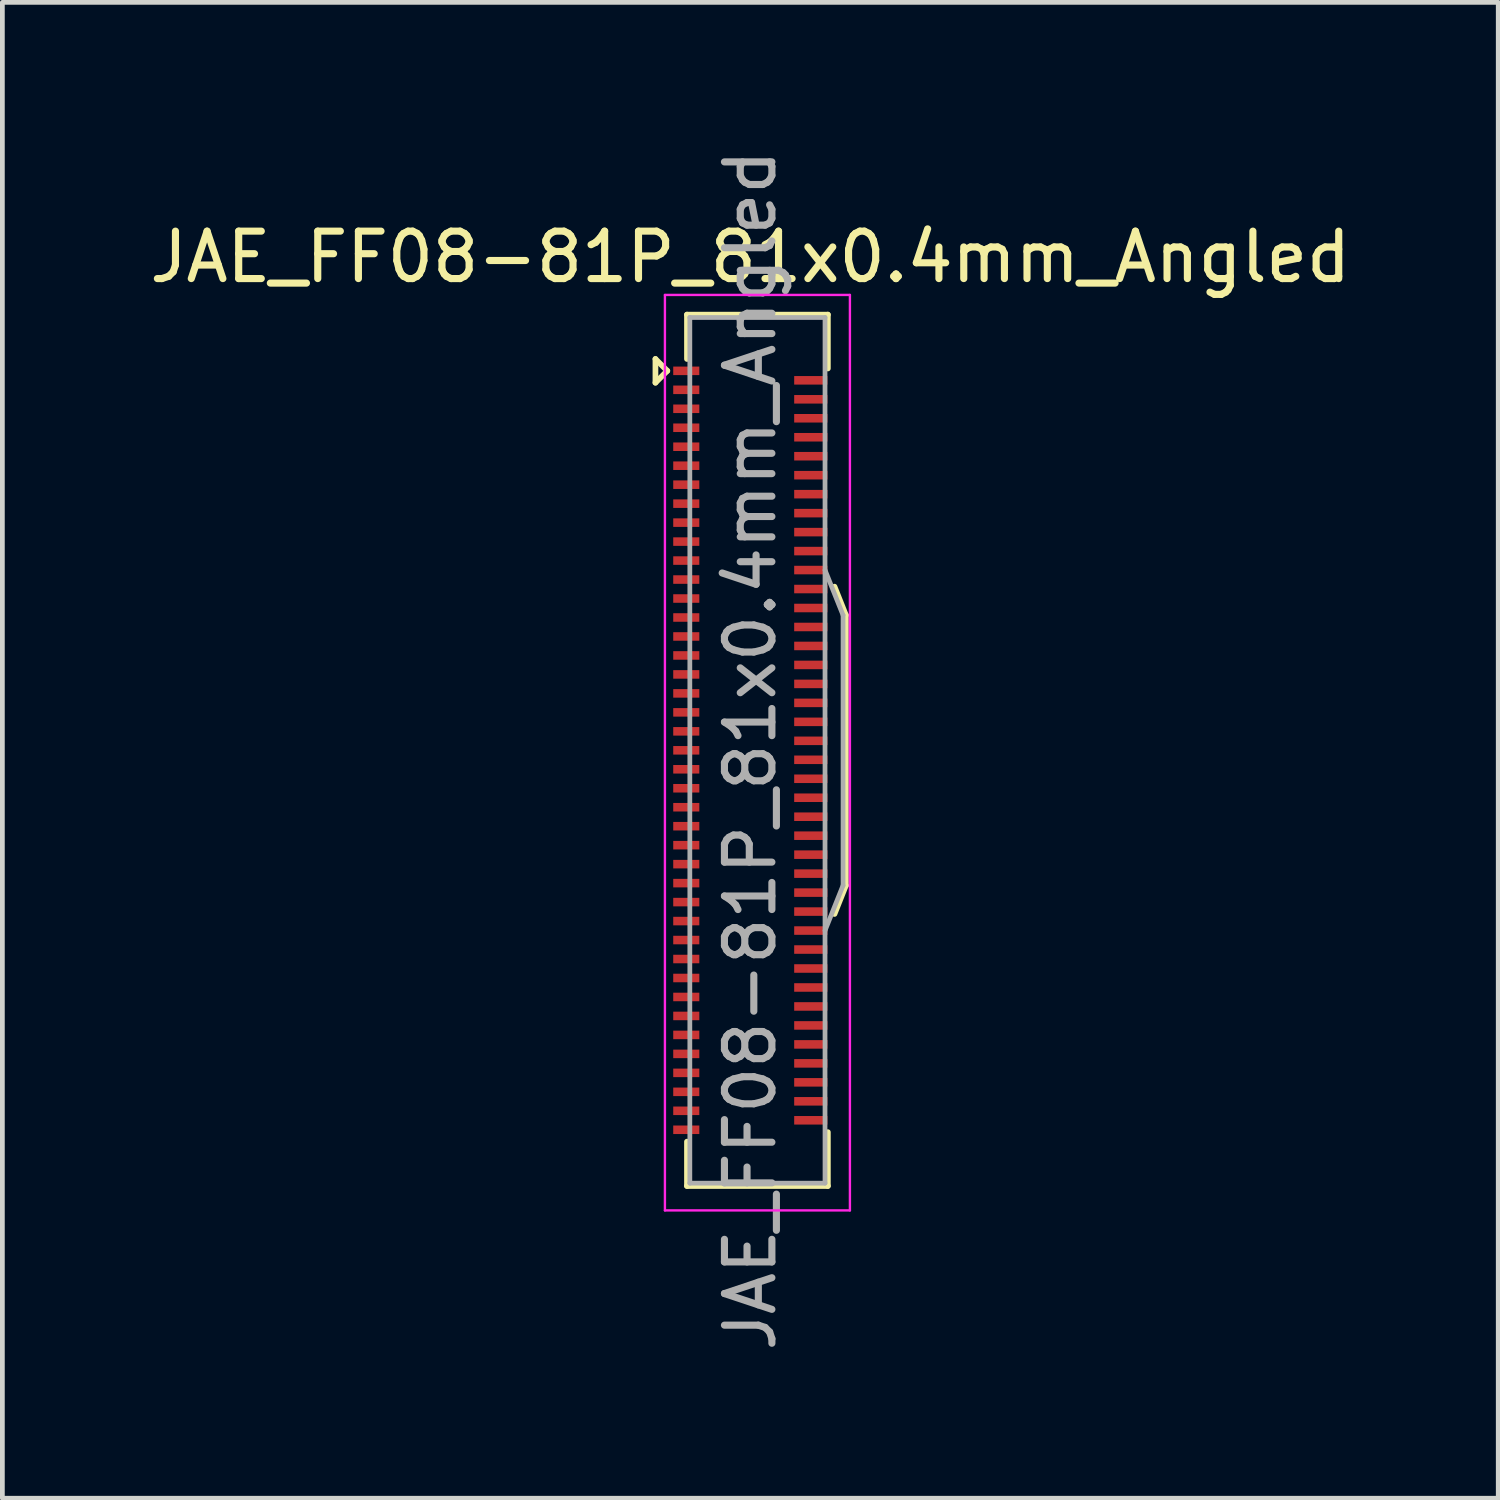
<source format=kicad_pcb>
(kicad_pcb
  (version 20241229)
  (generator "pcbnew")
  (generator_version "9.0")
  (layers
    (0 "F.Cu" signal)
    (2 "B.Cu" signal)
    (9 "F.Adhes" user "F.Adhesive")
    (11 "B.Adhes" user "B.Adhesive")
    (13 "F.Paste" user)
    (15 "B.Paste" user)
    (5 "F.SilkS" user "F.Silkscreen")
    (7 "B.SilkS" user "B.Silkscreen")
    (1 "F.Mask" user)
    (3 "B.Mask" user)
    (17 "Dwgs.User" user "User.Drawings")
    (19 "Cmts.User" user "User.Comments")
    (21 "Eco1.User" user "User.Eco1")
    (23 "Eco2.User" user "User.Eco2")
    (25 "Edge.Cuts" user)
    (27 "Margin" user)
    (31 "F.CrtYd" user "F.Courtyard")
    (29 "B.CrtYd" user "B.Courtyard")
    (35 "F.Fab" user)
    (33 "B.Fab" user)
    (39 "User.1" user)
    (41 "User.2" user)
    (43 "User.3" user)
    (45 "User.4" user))
  (footprint "JAE_FF08-81P_81x0.4mm_Angled"
    (layer "F.Cu")
    (at 12.768 12.768)
    (property "Reference" "JAE_FF08-81P_81x0.4mm_Angled" (at 0 -10.4 0) (layer "F.SilkS") (effects (font (size 1 1) (thickness 0.15))))
    (attr smd)
    (fp_line (start -2 -8.25) (end -1.75 -8) (stroke (width 0.12) (type solid)) (layer "F.SilkS"))
    (fp_line (start -2 -7.75) (end -2 -8.25) (stroke (width 0.12) (type solid)) (layer "F.SilkS"))
    (fp_line (start -1.75 -8) (end -2 -7.75) (stroke (width 0.12) (type solid)) (layer "F.SilkS"))
    (fp_line (start -1.335 -9.185) (end -1.335 -8.25) (stroke (width 0.12) (type solid)) (layer "F.SilkS"))
    (fp_line (start -1.335 -9.185) (end 1.635 -9.185) (stroke (width 0.12) (type solid)) (layer "F.SilkS"))
    (fp_line (start -1.335 9.185) (end -1.335 8.25) (stroke (width 0.12) (type solid)) (layer "F.SilkS"))
    (fp_line (start 1.635 -9.185) (end 1.635 -8.05) (stroke (width 0.12) (type solid)) (layer "F.SilkS"))
    (fp_line (start 1.635 8.05) (end 1.635 9.185) (stroke (width 0.12) (type solid)) (layer "F.SilkS"))
    (fp_line (start 1.635 9.185) (end -1.335 9.185) (stroke (width 0.12) (type solid)) (layer "F.SilkS"))
    (fp_line (start 1.775 -3.45) (end 2.015 -2.85) (stroke (width 0.12) (type solid)) (layer "F.SilkS"))
    (fp_line (start 1.775 3.45) (end 2.015 2.85) (stroke (width 0.12) (type solid)) (layer "F.SilkS"))
    (fp_line (start 2.015 -2.85) (end 2.015 2.85) (stroke (width 0.12) (type solid)) (layer "F.SilkS"))
    (fp_line (start -1.8 -9.6) (end 2.1 -9.6) (stroke (width 0.05) (type solid)) (layer "F.CrtYd"))
    (fp_line (start -1.8 9.7) (end -1.8 -9.6) (stroke (width 0.05) (type solid)) (layer "F.CrtYd"))
    (fp_line (start 2.1 -9.6) (end 2.1 9.7) (stroke (width 0.05) (type solid)) (layer "F.CrtYd"))
    (fp_line (start 2.1 9.7) (end -1.8 9.7) (stroke (width 0.05) (type solid)) (layer "F.CrtYd"))
    (fp_line (start -1.275 -9.125) (end 1.575 -9.125) (stroke (width 0.1) (type solid)) (layer "F.Fab"))
    (fp_line (start -1.275 9.125) (end -1.275 -9.125) (stroke (width 0.1) (type solid)) (layer "F.Fab"))
    (fp_line (start -1.275 9.125) (end 1.575 9.125) (stroke (width 0.1) (type solid)) (layer "F.Fab"))
    (fp_line (start 1.575 9.125) (end 1.575 -9.125) (stroke (width 0.1) (type solid)) (layer "F.Fab"))
    (fp_line (start 1.955 -2.85) (end 1.575 -3.8) (stroke (width 0.1) (type solid)) (layer "F.Fab"))
    (fp_line (start 1.955 2.85) (end 1.575 3.8) (stroke (width 0.1) (type solid)) (layer "F.Fab"))
    (fp_line (start 1.955 2.85) (end 1.955 -2.85) (stroke (width 0.1) (type solid)) (layer "F.Fab"))
    (fp_text user "${REFERENCE}" (at 0 0 90) (layer "F.Fab") (effects (font (size 1 1) (thickness 0.15))))
    (pad "1" smd rect (at -1.35 -8 90) (size 0.18 0.55) (layers "F.Cu" "F.Mask" "F.Paste"))
    (pad "2" smd rect (at 1.275 -7.8 90) (size 0.18 0.7) (layers "F.Cu" "F.Mask" "F.Paste"))
    (pad "3" smd rect (at -1.35 -7.6 90) (size 0.18 0.55) (layers "F.Cu" "F.Mask" "F.Paste"))
    (pad "4" smd rect (at 1.275 -7.4 90) (size 0.18 0.7) (layers "F.Cu" "F.Mask" "F.Paste"))
    (pad "5" smd rect (at -1.35 -7.2 90) (size 0.18 0.55) (layers "F.Cu" "F.Mask" "F.Paste"))
    (pad "6" smd rect (at 1.275 -7 90) (size 0.18 0.7) (layers "F.Cu" "F.Mask" "F.Paste"))
    (pad "7" smd rect (at -1.35 -6.8 90) (size 0.18 0.55) (layers "F.Cu" "F.Mask" "F.Paste"))
    (pad "8" smd rect (at 1.275 -6.6 90) (size 0.18 0.7) (layers "F.Cu" "F.Mask" "F.Paste"))
    (pad "9" smd rect (at -1.35 -6.4 90) (size 0.18 0.55) (layers "F.Cu" "F.Mask" "F.Paste"))
    (pad "10" smd rect (at 1.275 -6.2 90) (size 0.18 0.7) (layers "F.Cu" "F.Mask" "F.Paste"))
    (pad "11" smd rect (at -1.35 -6 90) (size 0.18 0.55) (layers "F.Cu" "F.Mask" "F.Paste"))
    (pad "12" smd rect (at 1.275 -5.8 90) (size 0.18 0.7) (layers "F.Cu" "F.Mask" "F.Paste"))
    (pad "13" smd rect (at -1.35 -5.6 90) (size 0.18 0.55) (layers "F.Cu" "F.Mask" "F.Paste"))
    (pad "14" smd rect (at 1.275 -5.4 90) (size 0.18 0.7) (layers "F.Cu" "F.Mask" "F.Paste"))
    (pad "15" smd rect (at -1.35 -5.2 90) (size 0.18 0.55) (layers "F.Cu" "F.Mask" "F.Paste"))
    (pad "16" smd rect (at 1.275 -5 90) (size 0.18 0.7) (layers "F.Cu" "F.Mask" "F.Paste"))
    (pad "17" smd rect (at -1.35 -4.8 90) (size 0.18 0.55) (layers "F.Cu" "F.Mask" "F.Paste"))
    (pad "18" smd rect (at 1.275 -4.6 90) (size 0.18 0.7) (layers "F.Cu" "F.Mask" "F.Paste"))
    (pad "19" smd rect (at -1.35 -4.4 90) (size 0.18 0.55) (layers "F.Cu" "F.Mask" "F.Paste"))
    (pad "20" smd rect (at 1.275 -4.2 90) (size 0.18 0.7) (layers "F.Cu" "F.Mask" "F.Paste"))
    (pad "21" smd rect (at -1.35 -4 90) (size 0.18 0.55) (layers "F.Cu" "F.Mask" "F.Paste"))
    (pad "22" smd rect (at 1.275 -3.8 90) (size 0.18 0.7) (layers "F.Cu" "F.Mask" "F.Paste"))
    (pad "23" smd rect (at -1.35 -3.6 90) (size 0.18 0.55) (layers "F.Cu" "F.Mask" "F.Paste"))
    (pad "24" smd rect (at 1.275 -3.4 90) (size 0.18 0.7) (layers "F.Cu" "F.Mask" "F.Paste"))
    (pad "25" smd rect (at -1.35 -3.2 90) (size 0.18 0.55) (layers "F.Cu" "F.Mask" "F.Paste"))
    (pad "26" smd rect (at 1.275 -3 90) (size 0.18 0.7) (layers "F.Cu" "F.Mask" "F.Paste"))
    (pad "27" smd rect (at -1.35 -2.8 90) (size 0.18 0.55) (layers "F.Cu" "F.Mask" "F.Paste"))
    (pad "28" smd rect (at 1.275 -2.6 90) (size 0.18 0.7) (layers "F.Cu" "F.Mask" "F.Paste"))
    (pad "29" smd rect (at -1.35 -2.4 90) (size 0.18 0.55) (layers "F.Cu" "F.Mask" "F.Paste"))
    (pad "30" smd rect (at 1.275 -2.2 90) (size 0.18 0.7) (layers "F.Cu" "F.Mask" "F.Paste"))
    (pad "31" smd rect (at -1.35 -2 90) (size 0.18 0.55) (layers "F.Cu" "F.Mask" "F.Paste"))
    (pad "32" smd rect (at 1.275 -1.8 90) (size 0.18 0.7) (layers "F.Cu" "F.Mask" "F.Paste"))
    (pad "33" smd rect (at -1.35 -1.6 90) (size 0.18 0.55) (layers "F.Cu" "F.Mask" "F.Paste"))
    (pad "34" smd rect (at 1.275 -1.4 90) (size 0.18 0.7) (layers "F.Cu" "F.Mask" "F.Paste"))
    (pad "35" smd rect (at -1.35 -1.2 90) (size 0.18 0.55) (layers "F.Cu" "F.Mask" "F.Paste"))
    (pad "36" smd rect (at 1.275 -1 90) (size 0.18 0.7) (layers "F.Cu" "F.Mask" "F.Paste"))
    (pad "37" smd rect (at -1.35 -0.8 90) (size 0.18 0.55) (layers "F.Cu" "F.Mask" "F.Paste"))
    (pad "38" smd rect (at 1.275 -0.6 90) (size 0.18 0.7) (layers "F.Cu" "F.Mask" "F.Paste"))
    (pad "39" smd rect (at -1.35 -0.4 90) (size 0.18 0.55) (layers "F.Cu" "F.Mask" "F.Paste"))
    (pad "40" smd rect (at 1.275 -0.2 90) (size 0.18 0.7) (layers "F.Cu" "F.Mask" "F.Paste"))
    (pad "41" smd rect (at -1.35 0 90) (size 0.18 0.55) (layers "F.Cu" "F.Mask" "F.Paste"))
    (pad "42" smd rect (at 1.275 0.2 90) (size 0.18 0.7) (layers "F.Cu" "F.Mask" "F.Paste"))
    (pad "43" smd rect (at -1.35 0.4 90) (size 0.18 0.55) (layers "F.Cu" "F.Mask" "F.Paste"))
    (pad "44" smd rect (at 1.275 0.6 90) (size 0.18 0.7) (layers "F.Cu" "F.Mask" "F.Paste"))
    (pad "45" smd rect (at -1.35 0.8 90) (size 0.18 0.55) (layers "F.Cu" "F.Mask" "F.Paste"))
    (pad "46" smd rect (at 1.275 1 90) (size 0.18 0.7) (layers "F.Cu" "F.Mask" "F.Paste"))
    (pad "47" smd rect (at -1.35 1.2 90) (size 0.18 0.55) (layers "F.Cu" "F.Mask" "F.Paste"))
    (pad "48" smd rect (at 1.275 1.4 90) (size 0.18 0.7) (layers "F.Cu" "F.Mask" "F.Paste"))
    (pad "49" smd rect (at -1.35 1.6 90) (size 0.18 0.55) (layers "F.Cu" "F.Mask" "F.Paste"))
    (pad "50" smd rect (at 1.275 1.8 90) (size 0.18 0.7) (layers "F.Cu" "F.Mask" "F.Paste"))
    (pad "51" smd rect (at -1.35 2 90) (size 0.18 0.55) (layers "F.Cu" "F.Mask" "F.Paste"))
    (pad "52" smd rect (at 1.275 2.2 90) (size 0.18 0.7) (layers "F.Cu" "F.Mask" "F.Paste"))
    (pad "53" smd rect (at -1.35 2.4 90) (size 0.18 0.55) (layers "F.Cu" "F.Mask" "F.Paste"))
    (pad "54" smd rect (at 1.275 2.6 90) (size 0.18 0.7) (layers "F.Cu" "F.Mask" "F.Paste"))
    (pad "55" smd rect (at -1.35 2.8 90) (size 0.18 0.55) (layers "F.Cu" "F.Mask" "F.Paste"))
    (pad "56" smd rect (at 1.275 3 90) (size 0.18 0.7) (layers "F.Cu" "F.Mask" "F.Paste"))
    (pad "57" smd rect (at -1.35 3.2 90) (size 0.18 0.55) (layers "F.Cu" "F.Mask" "F.Paste"))
    (pad "58" smd rect (at 1.275 3.4 90) (size 0.18 0.7) (layers "F.Cu" "F.Mask" "F.Paste"))
    (pad "59" smd rect (at -1.35 3.6 90) (size 0.18 0.55) (layers "F.Cu" "F.Mask" "F.Paste"))
    (pad "60" smd rect (at 1.275 3.8 90) (size 0.18 0.7) (layers "F.Cu" "F.Mask" "F.Paste"))
    (pad "61" smd rect (at -1.35 4 90) (size 0.18 0.55) (layers "F.Cu" "F.Mask" "F.Paste"))
    (pad "62" smd rect (at 1.275 4.2 90) (size 0.18 0.7) (layers "F.Cu" "F.Mask" "F.Paste"))
    (pad "63" smd rect (at -1.35 4.4 90) (size 0.18 0.55) (layers "F.Cu" "F.Mask" "F.Paste"))
    (pad "64" smd rect (at 1.275 4.6 90) (size 0.18 0.7) (layers "F.Cu" "F.Mask" "F.Paste"))
    (pad "65" smd rect (at -1.35 4.8 90) (size 0.18 0.55) (layers "F.Cu" "F.Mask" "F.Paste"))
    (pad "66" smd rect (at 1.275 5 90) (size 0.18 0.7) (layers "F.Cu" "F.Mask" "F.Paste"))
    (pad "67" smd rect (at -1.35 5.2 90) (size 0.18 0.55) (layers "F.Cu" "F.Mask" "F.Paste"))
    (pad "68" smd rect (at 1.275 5.4 90) (size 0.18 0.7) (layers "F.Cu" "F.Mask" "F.Paste"))
    (pad "69" smd rect (at -1.35 5.6 90) (size 0.18 0.55) (layers "F.Cu" "F.Mask" "F.Paste"))
    (pad "70" smd rect (at 1.275 5.8 90) (size 0.18 0.7) (layers "F.Cu" "F.Mask" "F.Paste"))
    (pad "71" smd rect (at -1.35 6 90) (size 0.18 0.55) (layers "F.Cu" "F.Mask" "F.Paste"))
    (pad "72" smd rect (at 1.275 6.2 90) (size 0.18 0.7) (layers "F.Cu" "F.Mask" "F.Paste"))
    (pad "73" smd rect (at -1.35 6.4 90) (size 0.18 0.55) (layers "F.Cu" "F.Mask" "F.Paste"))
    (pad "74" smd rect (at 1.275 6.6 90) (size 0.18 0.7) (layers "F.Cu" "F.Mask" "F.Paste"))
    (pad "75" smd rect (at -1.35 6.8 90) (size 0.18 0.55) (layers "F.Cu" "F.Mask" "F.Paste"))
    (pad "76" smd rect (at 1.275 7 90) (size 0.18 0.7) (layers "F.Cu" "F.Mask" "F.Paste"))
    (pad "77" smd rect (at -1.35 7.2 90) (size 0.18 0.55) (layers "F.Cu" "F.Mask" "F.Paste"))
    (pad "78" smd rect (at 1.275 7.4 90) (size 0.18 0.7) (layers "F.Cu" "F.Mask" "F.Paste"))
    (pad "79" smd rect (at -1.35 7.6 90) (size 0.18 0.55) (layers "F.Cu" "F.Mask" "F.Paste"))
    (pad "80" smd rect (at 1.275 7.8 90) (size 0.18 0.7) (layers "F.Cu" "F.Mask" "F.Paste"))
    (pad "81" smd rect (at -1.35 8 90) (size 0.18 0.55) (layers "F.Cu" "F.Mask" "F.Paste")))
  (gr_rect
    (start -3 -3)
    (end 28.536 28.536)
    (stroke (width 0.1) (type default))
    (fill no)
    (layer "Edge.Cuts")))
</source>
